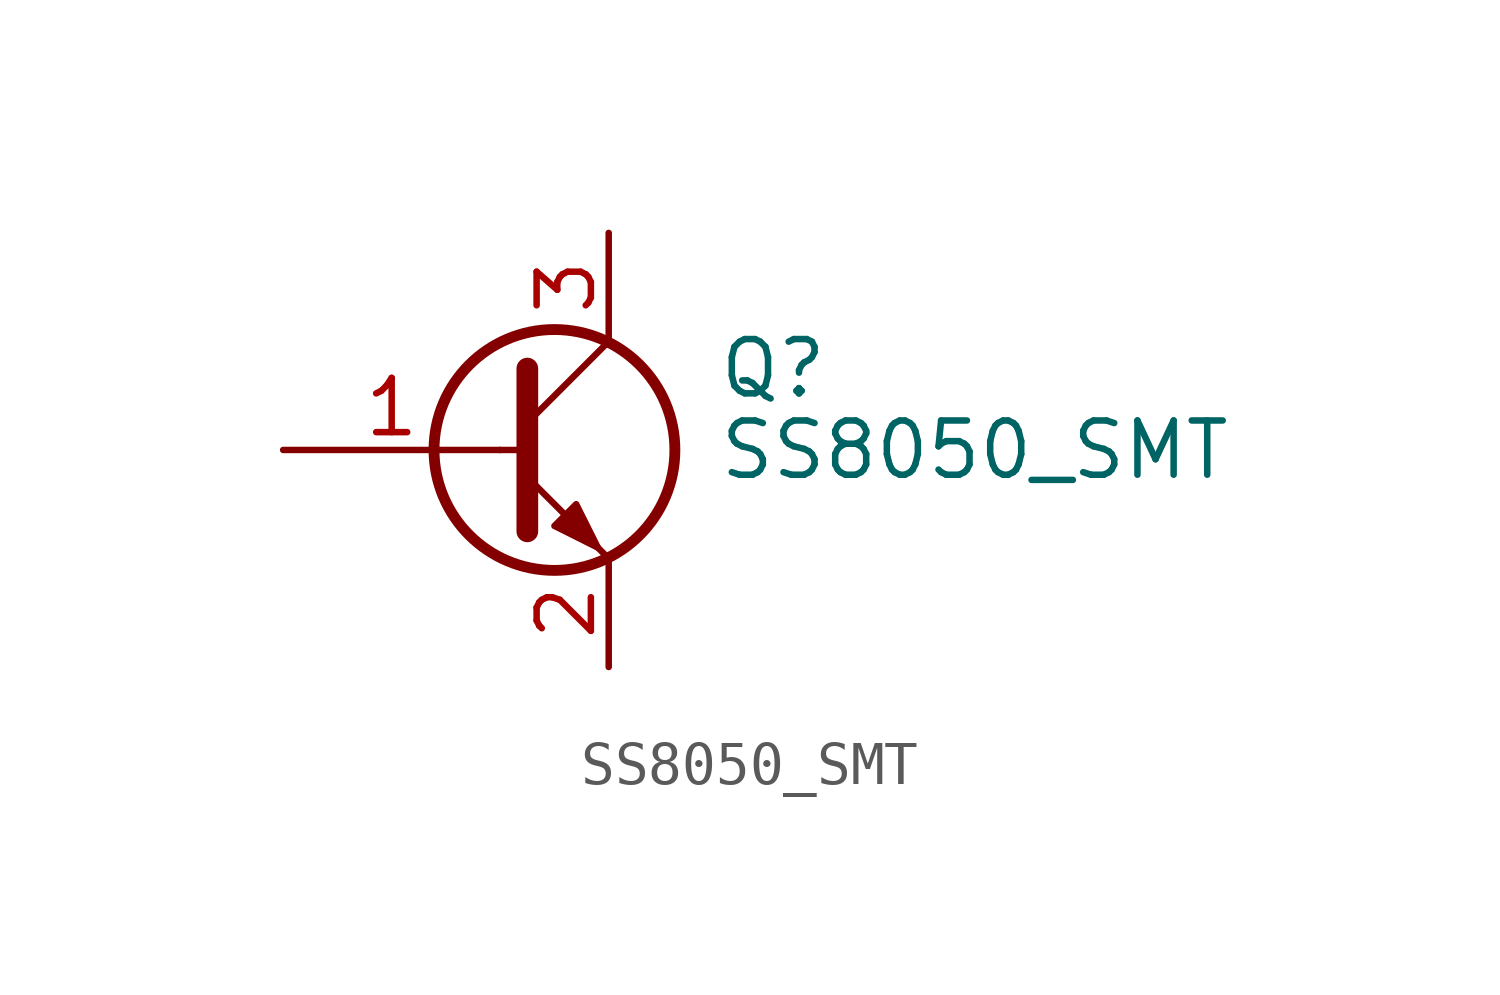
<source format=kicad_sym>
(kicad_symbol_lib
  (version 20211014)
  (generator kicad_symbol_editor)
  (symbol "SS8050_SMT"
    (pin_names
      (offset 0) hide)
    (property "Reference" "Q"
      (at 5.08 1.905 0)
      (effects (font (size 1.27 1.27)) (justify left)))
    (property "Value" "SS8050_SMT"
      (at 5.08 0 0)
      (effects (font (size 1.27 1.27)) (justify left)))
    (symbol "SS8050_SMT_0_1"
      (polyline (pts (xy 0 0) (xy 0.635 0)) (stroke (width 0) (type default) (color 0 0 0 0)) (fill (type none)))
      (polyline (pts (xy 0.635 0.635) (xy 2.54 2.54)) (stroke (width 0) (type default) (color 0 0 0 0)) (fill (type none)))
      (polyline (pts (xy 0.635 -0.635) (xy 2.54 -2.54) (xy 2.54 -2.54)) (stroke (width 0) (type default) (color 0 0 0 0)) (fill (type none)))
      (polyline (pts (xy 0.635 1.905) (xy 0.635 -1.905) (xy 0.635 -1.905)) (stroke (width 0.508) (type default) (color 0 0 0 0)) (fill (type none)))
      (polyline (pts (xy 1.27 -1.778) (xy 1.778 -1.27) (xy 2.286 -2.286) (xy 1.27 -1.778) (xy 1.27 -1.778)) (stroke (width 0) (type default) (color 0 0 0 0)) (fill (type outline)))
      (circle (center 1.27 0) (radius 2.819) (stroke (width 0.254) (type default) (color 0 0 0 0)) (fill (type none))))
    (symbol "SS8050_SMT_1_1"
      (pin input line (at -5.08 0 0) (length 5.08) (name "Base" (effects (font (size 1.27 1.27)))) (number "1" (effects (font (size 1.27 1.27)))))
      (pin passive line (at 2.54 -5.08 90) (length 2.54) (name "Emitter" (effects (font (size 1.27 1.27)))) (number "2" (effects (font (size 1.27 1.27)))))
      (pin passive line (at 2.54 5.08 270) (length 2.54) (name "Collector" (effects (font (size 1.27 1.27)))) (number "3" (effects (font (size 1.27 1.27))))))))
</source>
